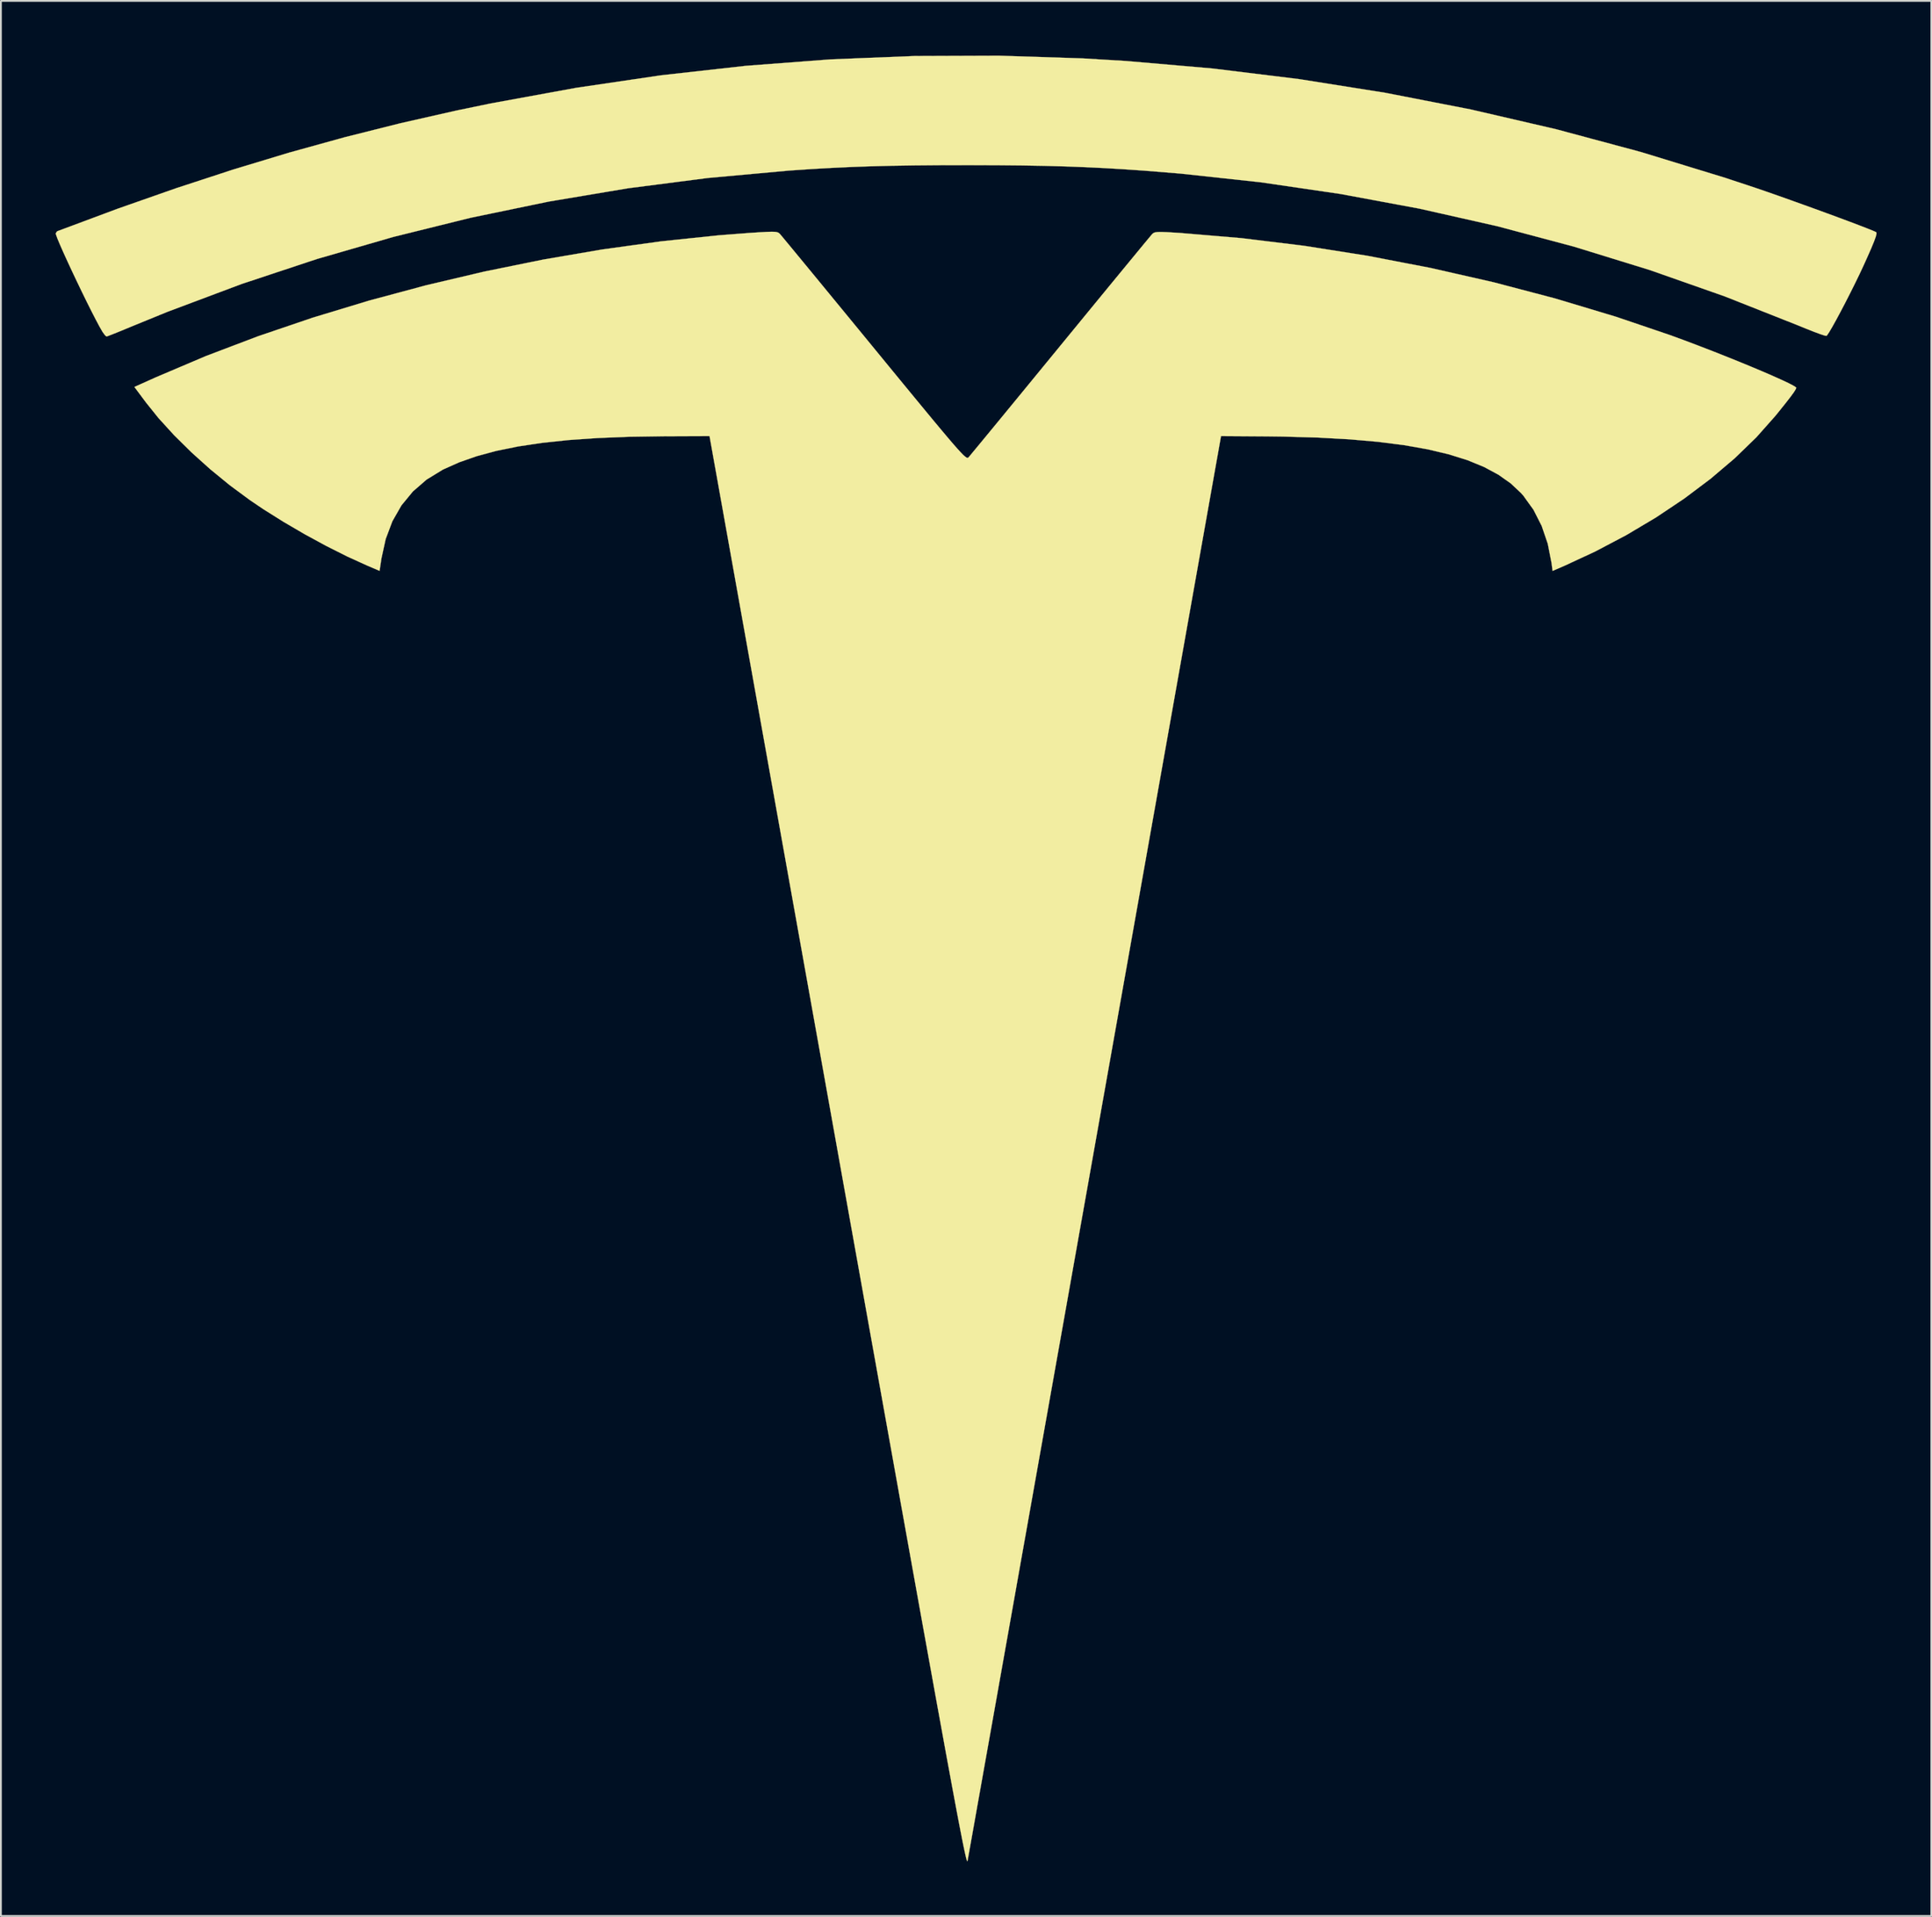
<source format=kicad_pcb>
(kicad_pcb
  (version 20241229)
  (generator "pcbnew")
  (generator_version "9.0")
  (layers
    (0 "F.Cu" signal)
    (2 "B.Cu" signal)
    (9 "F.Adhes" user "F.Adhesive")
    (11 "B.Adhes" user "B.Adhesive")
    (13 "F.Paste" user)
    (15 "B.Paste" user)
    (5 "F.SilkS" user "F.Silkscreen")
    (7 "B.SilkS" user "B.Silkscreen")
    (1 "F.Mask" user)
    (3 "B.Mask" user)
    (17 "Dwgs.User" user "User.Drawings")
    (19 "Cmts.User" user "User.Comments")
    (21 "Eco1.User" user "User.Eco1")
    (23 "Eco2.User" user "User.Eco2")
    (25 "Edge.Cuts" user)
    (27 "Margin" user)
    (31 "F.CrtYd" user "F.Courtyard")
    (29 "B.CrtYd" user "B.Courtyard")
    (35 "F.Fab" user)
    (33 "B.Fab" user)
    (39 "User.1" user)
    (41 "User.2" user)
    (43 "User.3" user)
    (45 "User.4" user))
  (footprint "tesla_10x10_F"
    (layer "F.Cu")
    (at 49.874 49.693)
    (property "Reference" "tesla_10x10_F" (at 0 0 0) (layer "F.SilkS") (effects (font (size 1.524 1.524) (thickness 0.3))))
    (attr through_hole)
    (fp_poly (pts (xy 6.453 -49.539) (xy 8.805 -49.398) (xy 13.559 -48.986) (xy 18.297 -48.404) (xy 23.016 -47.655) (xy 27.714 -46.739) (xy 32.39 -45.655) (xy 37.041 -44.405) (xy 41.665 -42.988) (xy 43.384 -42.417) (xy 43.938 -42.227) (xy 44.553 -42.012) (xy 45.212 -41.778) (xy 45.894 -41.533) (xy 46.581 -41.285) (xy 47.253 -41.039) (xy 47.891 -40.804) (xy 48.476 -40.586) (xy 48.989 -40.392) (xy 49.41 -40.229) (xy 49.721 -40.105) (xy 49.902 -40.026) (xy 49.94 -40.004) (xy 49.952 -39.928) (xy 49.911 -39.762) (xy 49.814 -39.494) (xy 49.655 -39.109) (xy 49.428 -38.596) (xy 49.235 -38.169) (xy 49.013 -37.695) (xy 48.763 -37.181) (xy 48.498 -36.65) (xy 48.229 -36.123) (xy 47.968 -35.625) (xy 47.727 -35.176) (xy 47.517 -34.8) (xy 47.351 -34.519) (xy 47.24 -34.355) (xy 47.207 -34.323) (xy 47.103 -34.343) (xy 46.869 -34.42) (xy 46.533 -34.544) (xy 46.12 -34.707) (xy 45.676 -34.889) (xy 41.628 -36.491) (xy 37.523 -37.934) (xy 33.363 -39.218) (xy 29.15 -40.341) (xy 24.886 -41.303) (xy 20.572 -42.105) (xy 16.21 -42.745) (xy 11.802 -43.223) (xy 9.779 -43.387) (xy 8.665 -43.463) (xy 7.59 -43.527) (xy 6.524 -43.578) (xy 5.44 -43.618) (xy 4.307 -43.648) (xy 3.097 -43.669) (xy 1.782 -43.681) (xy 0.331 -43.686) (xy 0.042 -43.686) (xy -1.437 -43.683) (xy -2.775 -43.672) (xy -4.003 -43.653) (xy -5.147 -43.625) (xy -6.239 -43.587) (xy -7.306 -43.537) (xy -8.377 -43.476) (xy -9.481 -43.402) (xy -9.694 -43.387) (xy -14.122 -42.983) (xy -18.505 -42.417) (xy -22.84 -41.689) (xy -27.127 -40.8) (xy -31.364 -39.75) (xy -35.547 -38.54) (xy -39.677 -37.17) (xy -43.75 -35.641) (xy -45.588 -34.89) (xy -46.047 -34.7) (xy -46.452 -34.534) (xy -46.777 -34.404) (xy -46.997 -34.319) (xy -47.084 -34.29) (xy -47.164 -34.355) (xy -47.284 -34.517) (xy -47.315 -34.565) (xy -47.468 -34.832) (xy -47.667 -35.205) (xy -47.901 -35.661) (xy -48.16 -36.179) (xy -48.433 -36.736) (xy -48.709 -37.311) (xy -48.979 -37.88) (xy -49.231 -38.423) (xy -49.455 -38.916) (xy -49.641 -39.338) (xy -49.778 -39.667) (xy -49.855 -39.88) (xy -49.869 -39.943) (xy -49.802 -40.049) (xy -49.763 -40.07) (xy -46.467 -41.299) (xy -43.271 -42.42) (xy -40.149 -43.442) (xy -37.076 -44.372) (xy -34.028 -45.216) (xy -30.978 -45.983) (xy -27.903 -46.68) (xy -26.019 -47.07) (xy -21.339 -47.926) (xy -16.676 -48.614) (xy -12.03 -49.133) (xy -7.396 -49.486) (xy -2.772 -49.671) (xy 1.843 -49.688) (xy 6.453 -49.539)) (stroke (width 0.01) (type solid)) (fill yes) (layer "F.SilkS"))
    (fp_poly (pts (xy -10.421 -40.028) (xy -10.302 -40.005) (xy -10.224 -39.965) (xy -10.165 -39.911) (xy -10.091 -39.823) (xy -9.917 -39.614) (xy -9.651 -39.293) (xy -9.301 -38.869) (xy -8.874 -38.351) (xy -8.379 -37.75) (xy -7.823 -37.074) (xy -7.214 -36.332) (xy -6.559 -35.535) (xy -5.866 -34.691) (xy -5.143 -33.81) (xy -4.994 -33.628) (xy -4.147 -32.595) (xy -3.4 -31.685) (xy -2.747 -30.891) (xy -2.181 -30.205) (xy -1.697 -29.62) (xy -1.286 -29.128) (xy -0.944 -28.722) (xy -0.663 -28.393) (xy -0.436 -28.135) (xy -0.258 -27.94) (xy -0.121 -27.799) (xy -0.018 -27.707) (xy 0.055 -27.654) (xy 0.107 -27.634) (xy 0.144 -27.638) (xy 0.172 -27.659) (xy 0.246 -27.746) (xy 0.419 -27.955) (xy 0.684 -28.275) (xy 1.033 -28.698) (xy 1.458 -29.214) (xy 1.951 -29.813) (xy 2.504 -30.487) (xy 3.11 -31.225) (xy 3.76 -32.018) (xy 4.447 -32.856) (xy 5.164 -33.73) (xy 5.206 -33.782) (xy 5.924 -34.658) (xy 6.613 -35.499) (xy 7.266 -36.295) (xy 7.874 -37.036) (xy 8.431 -37.713) (xy 8.928 -38.317) (xy 9.357 -38.838) (xy 9.71 -39.267) (xy 9.98 -39.593) (xy 10.159 -39.808) (xy 10.239 -39.902) (xy 10.241 -39.904) (xy 10.305 -39.96) (xy 10.392 -39.998) (xy 10.526 -40.018) (xy 10.736 -40.022) (xy 11.048 -40.011) (xy 11.488 -39.985) (xy 11.776 -39.967) (xy 15.136 -39.683) (xy 18.562 -39.265) (xy 22.024 -38.719) (xy 25.495 -38.051) (xy 28.944 -37.267) (xy 32.343 -36.373) (xy 35.662 -35.375) (xy 38.608 -34.375) (xy 39.328 -34.112) (xy 40.077 -33.83) (xy 40.838 -33.537) (xy 41.596 -33.238) (xy 42.333 -32.942) (xy 43.033 -32.654) (xy 43.68 -32.382) (xy 44.258 -32.132) (xy 44.748 -31.912) (xy 45.137 -31.729) (xy 45.406 -31.588) (xy 45.539 -31.498) (xy 45.551 -31.478) (xy 45.519 -31.391) (xy 45.419 -31.231) (xy 45.241 -30.986) (xy 44.975 -30.644) (xy 44.613 -30.191) (xy 44.401 -29.93) (xy 43.365 -28.762) (xy 42.176 -27.61) (xy 40.852 -26.486) (xy 39.407 -25.4) (xy 37.86 -24.365) (xy 36.225 -23.393) (xy 34.521 -22.495) (xy 32.839 -21.715) (xy 32.193 -21.436) (xy 32.136 -21.873) (xy 31.93 -22.922) (xy 31.597 -23.901) (xy 31.146 -24.789) (xy 30.588 -25.564) (xy 30.459 -25.709) (xy 29.897 -26.236) (xy 29.225 -26.71) (xy 28.44 -27.133) (xy 27.535 -27.505) (xy 26.506 -27.828) (xy 25.347 -28.103) (xy 24.052 -28.332) (xy 22.617 -28.515) (xy 21.036 -28.653) (xy 19.303 -28.748) (xy 17.414 -28.801) (xy 16.512 -28.812) (xy 14.016 -28.829) (xy 7.106 10.033) (xy 6.655 12.573) (xy 6.21 15.073) (xy 5.774 17.527) (xy 5.347 19.93) (xy 4.929 22.276) (xy 4.523 24.561) (xy 4.128 26.779) (xy 3.747 28.925) (xy 3.379 30.994) (xy 3.025 32.98) (xy 2.688 34.878) (xy 2.367 36.683) (xy 2.063 38.39) (xy 1.778 39.994) (xy 1.512 41.488) (xy 1.266 42.869) (xy 1.041 44.13) (xy 0.839 45.267) (xy 0.659 46.274) (xy 0.504 47.147) (xy 0.374 47.879) (xy 0.269 48.465) (xy 0.191 48.901) (xy 0.141 49.181) (xy 0.12 49.3) (xy 0.119 49.302) (xy 0.111 49.321) (xy 0.098 49.312) (xy 0.08 49.27) (xy 0.056 49.191) (xy 0.025 49.07) (xy -0.013 48.903) (xy -0.06 48.687) (xy -0.117 48.415) (xy -0.183 48.086) (xy -0.26 47.693) (xy -0.349 47.233) (xy -0.45 46.702) (xy -0.564 46.095) (xy -0.692 45.408) (xy -0.834 44.637) (xy -0.993 43.778) (xy -1.167 42.826) (xy -1.358 41.776) (xy -1.568 40.626) (xy -1.795 39.37) (xy -2.042 38.004) (xy -2.31 36.524) (xy -2.598 34.926) (xy -2.908 33.205) (xy -3.24 31.357) (xy -3.596 29.378) (xy -3.975 27.264) (xy -4.38 25.01) (xy -4.81 22.613) (xy -5.267 20.067) (xy -5.75 17.368) (xy -6.262 14.513) (xy -6.802 11.497) (xy -6.991 10.44) (xy -14.025 -28.829) (xy -16.516 -28.819) (xy -18.414 -28.791) (xy -20.155 -28.722) (xy -21.747 -28.612) (xy -23.198 -28.458) (xy -24.516 -28.261) (xy -25.709 -28.018) (xy -26.784 -27.728) (xy -27.749 -27.391) (xy -28.613 -27.005) (xy -28.66 -26.981) (xy -29.536 -26.444) (xy -30.288 -25.793) (xy -30.915 -25.03) (xy -31.413 -24.159) (xy -31.78 -23.183) (xy -32.011 -22.128) (xy -32.115 -21.438) (xy -32.8 -21.731) (xy -33.881 -22.223) (xy -35.037 -22.804) (xy -36.223 -23.449) (xy -37.391 -24.132) (xy -38.494 -24.825) (xy -39.221 -25.317) (xy -40.319 -26.128) (xy -41.398 -27.011) (xy -42.429 -27.939) (xy -43.385 -28.884) (xy -44.238 -29.821) (xy -44.912 -30.661) (xy -45.555 -31.523) (xy -44.376 -32.053) (xy -41.637 -33.217) (xy -38.763 -34.308) (xy -35.777 -35.323) (xy -32.698 -36.256) (xy -29.55 -37.102) (xy -26.352 -37.855) (xy -23.128 -38.511) (xy -19.897 -39.064) (xy -16.681 -39.508) (xy -13.502 -39.84) (xy -11.825 -39.969) (xy -11.284 -40.004) (xy -10.887 -40.026) (xy -10.608 -40.034) (xy -10.421 -40.028)) (stroke (width 0.01) (type solid)) (fill yes) (layer "F.SilkS")))
  (gr_rect
    (start -3 -3)
    (end 102.83 102.02)
    (stroke (width 0.1) (type default))
    (fill no)
    (layer "Edge.Cuts")))
</source>
